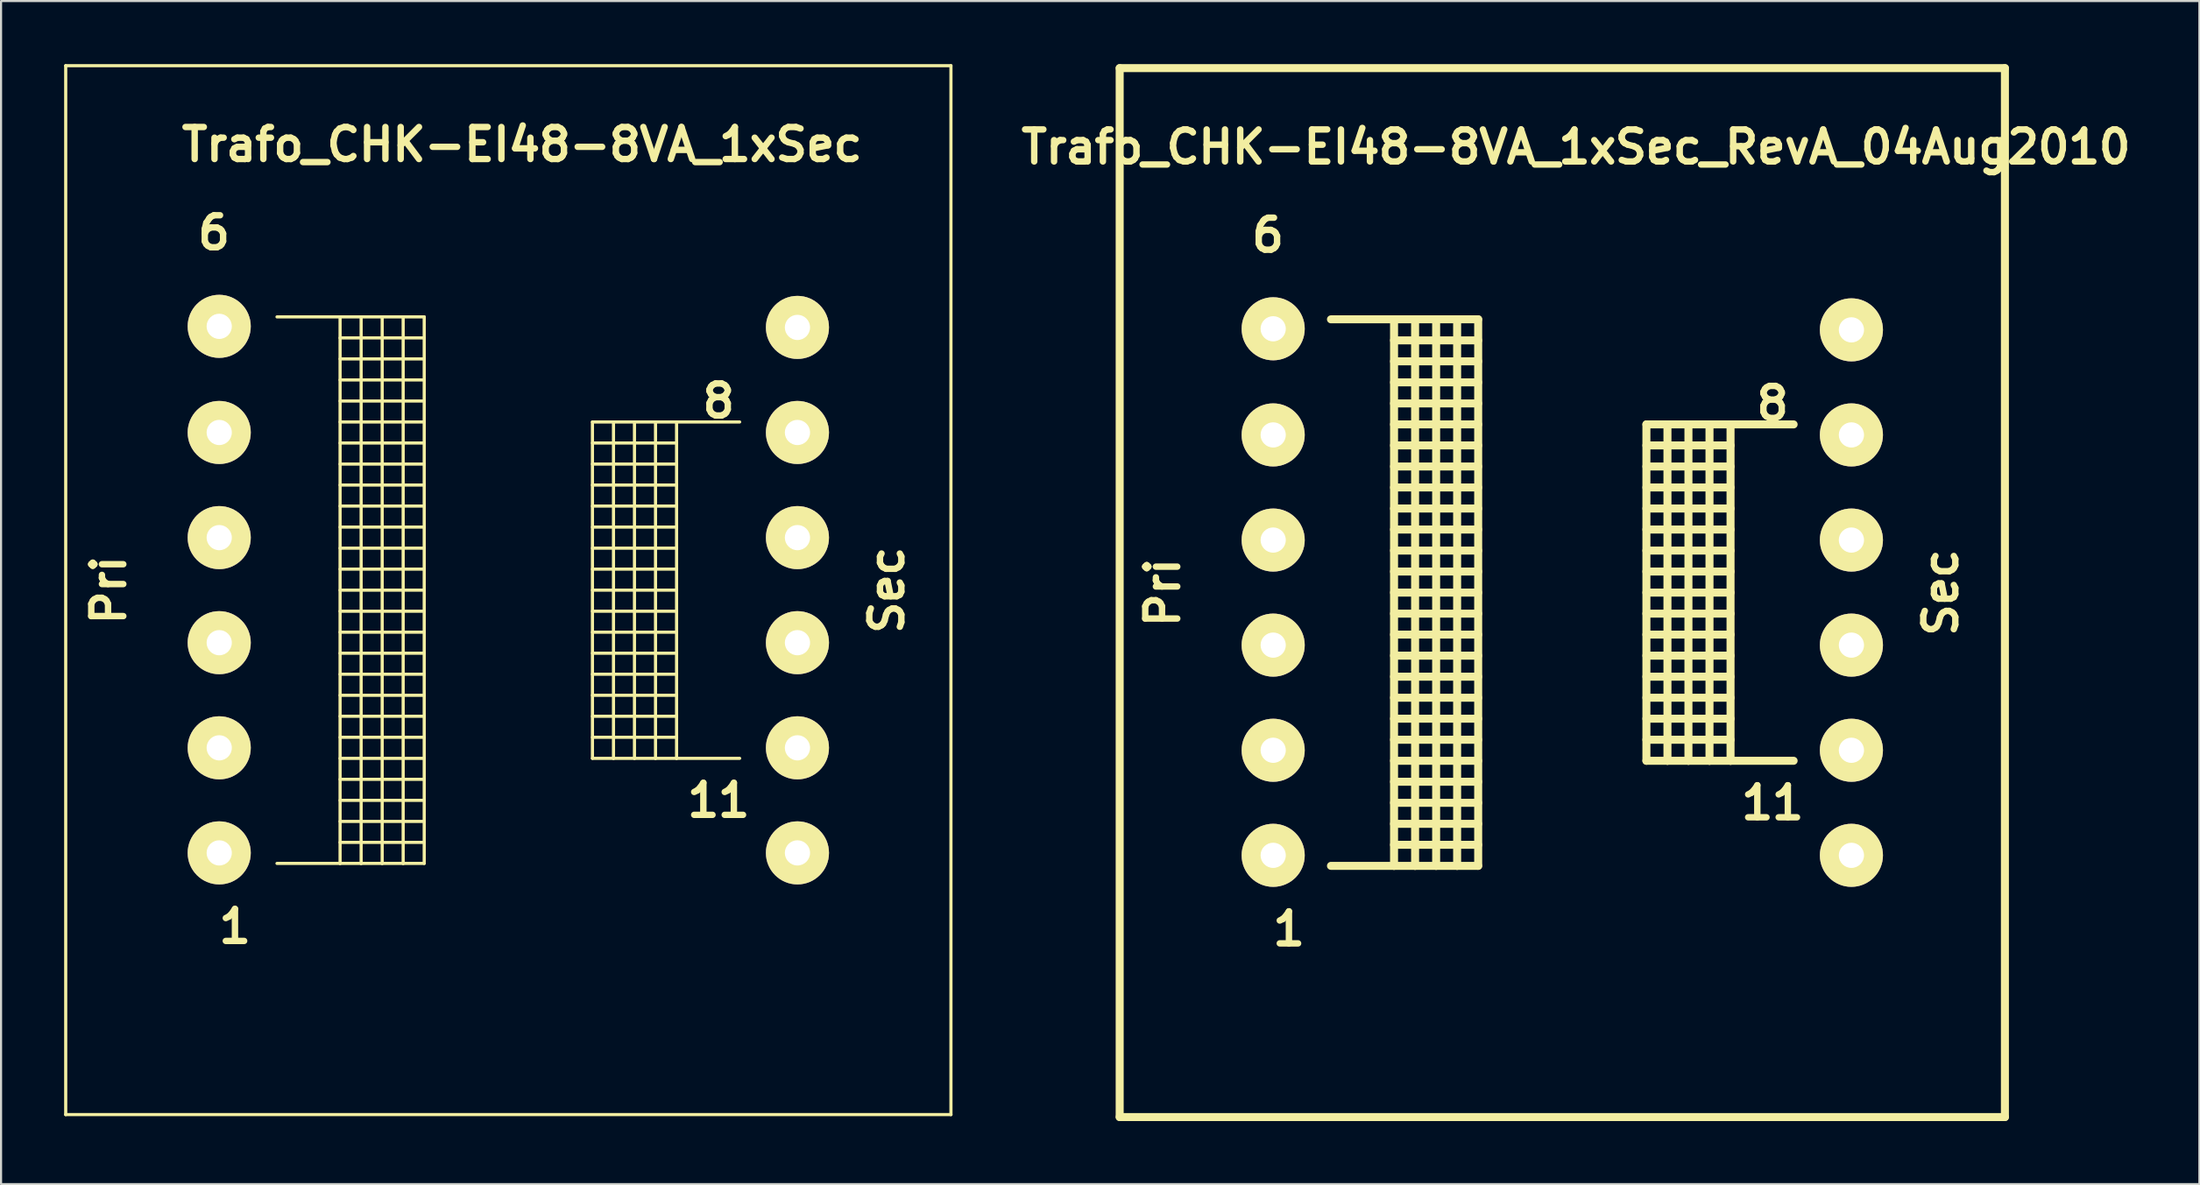
<source format=kicad_pcb>
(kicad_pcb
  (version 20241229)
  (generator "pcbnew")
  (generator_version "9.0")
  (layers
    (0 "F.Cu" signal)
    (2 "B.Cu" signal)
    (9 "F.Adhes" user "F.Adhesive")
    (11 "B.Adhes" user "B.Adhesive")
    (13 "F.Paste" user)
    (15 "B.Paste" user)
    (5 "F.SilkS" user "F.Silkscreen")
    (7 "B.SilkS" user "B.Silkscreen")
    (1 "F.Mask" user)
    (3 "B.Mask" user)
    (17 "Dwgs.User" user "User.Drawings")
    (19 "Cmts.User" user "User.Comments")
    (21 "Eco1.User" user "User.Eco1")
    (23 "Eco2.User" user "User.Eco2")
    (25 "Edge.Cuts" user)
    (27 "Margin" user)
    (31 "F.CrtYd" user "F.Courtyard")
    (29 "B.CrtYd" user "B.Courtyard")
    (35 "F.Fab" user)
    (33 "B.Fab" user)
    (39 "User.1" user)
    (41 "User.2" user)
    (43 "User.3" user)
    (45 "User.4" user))
  (footprint "Trafo_CHK-EI48-8VA_1xSec_RevA_04Aug2010"
    (layer "F.Cu")
    (at 71.246 25.141)
    (property "Reference" "Trafo_CHK-EI48-8VA_1xSec_RevA_04Aug2010" (at 0.65 -21.199 0) (layer "F.SilkS") (effects (font (size 1.524 1.524) (thickness 0.305))))
    (attr through_hole)
    (fp_line (start -21.049 -24.95) (end 21.049 -24.95) (stroke (width 0.381) (type solid)) (layer "F.SilkS"))
    (fp_line (start -21.049 24.95) (end -21.049 -24.95) (stroke (width 0.381) (type solid)) (layer "F.SilkS"))
    (fp_line (start -11.001 -13) (end -8.001 -13) (stroke (width 0.381) (type solid)) (layer "F.SilkS"))
    (fp_line (start -8.001 -13) (end -8.001 13) (stroke (width 0.381) (type solid)) (layer "F.SilkS"))
    (fp_line (start -8.001 -13) (end -7 -13) (stroke (width 0.381) (type solid)) (layer "F.SilkS"))
    (fp_line (start -8.001 -11.999) (end -4 -11.999) (stroke (width 0.381) (type solid)) (layer "F.SilkS"))
    (fp_line (start -8.001 -11.001) (end -4 -11.001) (stroke (width 0.381) (type solid)) (layer "F.SilkS"))
    (fp_line (start -8.001 -10) (end -4 -10) (stroke (width 0.381) (type solid)) (layer "F.SilkS"))
    (fp_line (start -8.001 -8.999) (end -4 -8.999) (stroke (width 0.381) (type solid)) (layer "F.SilkS"))
    (fp_line (start -8.001 -8.001) (end -4 -8.001) (stroke (width 0.381) (type solid)) (layer "F.SilkS"))
    (fp_line (start -8.001 -7) (end -4 -7) (stroke (width 0.381) (type solid)) (layer "F.SilkS"))
    (fp_line (start -8.001 -5.999) (end -4 -5.999) (stroke (width 0.381) (type solid)) (layer "F.SilkS"))
    (fp_line (start -8.001 -5.001) (end -4 -5.001) (stroke (width 0.381) (type solid)) (layer "F.SilkS"))
    (fp_line (start -8.001 -4) (end -4 -4) (stroke (width 0.381) (type solid)) (layer "F.SilkS"))
    (fp_line (start -8.001 -3) (end -4 -3) (stroke (width 0.381) (type solid)) (layer "F.SilkS"))
    (fp_line (start -8.001 -1.999) (end -4 -1.999) (stroke (width 0.381) (type solid)) (layer "F.SilkS"))
    (fp_line (start -8.001 -1.001) (end -4 -1.001) (stroke (width 0.381) (type solid)) (layer "F.SilkS"))
    (fp_line (start -8.001 0) (end -4 0) (stroke (width 0.381) (type solid)) (layer "F.SilkS"))
    (fp_line (start -8.001 1.001) (end -4 1.001) (stroke (width 0.381) (type solid)) (layer "F.SilkS"))
    (fp_line (start -8.001 1.999) (end -4 1.999) (stroke (width 0.381) (type solid)) (layer "F.SilkS"))
    (fp_line (start -8.001 3) (end -4 3) (stroke (width 0.381) (type solid)) (layer "F.SilkS"))
    (fp_line (start -8.001 4) (end -4 4) (stroke (width 0.381) (type solid)) (layer "F.SilkS"))
    (fp_line (start -8.001 5.001) (end -4 5.001) (stroke (width 0.381) (type solid)) (layer "F.SilkS"))
    (fp_line (start -8.001 5.999) (end -4 5.999) (stroke (width 0.381) (type solid)) (layer "F.SilkS"))
    (fp_line (start -8.001 7) (end -4 7) (stroke (width 0.381) (type solid)) (layer "F.SilkS"))
    (fp_line (start -8.001 8.001) (end -4 8.001) (stroke (width 0.381) (type solid)) (layer "F.SilkS"))
    (fp_line (start -8.001 8.999) (end -4 8.999) (stroke (width 0.381) (type solid)) (layer "F.SilkS"))
    (fp_line (start -8.001 10) (end -4 10) (stroke (width 0.381) (type solid)) (layer "F.SilkS"))
    (fp_line (start -8.001 11.001) (end -4 11.001) (stroke (width 0.381) (type solid)) (layer "F.SilkS"))
    (fp_line (start -8.001 11.999) (end -4 11.999) (stroke (width 0.381) (type solid)) (layer "F.SilkS"))
    (fp_line (start -8.001 13) (end -11.001 13) (stroke (width 0.381) (type solid)) (layer "F.SilkS"))
    (fp_line (start -7 -13) (end -7 13) (stroke (width 0.381) (type solid)) (layer "F.SilkS"))
    (fp_line (start -7 -13) (end -5.999 -13) (stroke (width 0.381) (type solid)) (layer "F.SilkS"))
    (fp_line (start -7 13) (end -8.001 13) (stroke (width 0.381) (type solid)) (layer "F.SilkS"))
    (fp_line (start -5.999 -13) (end -5.999 13) (stroke (width 0.381) (type solid)) (layer "F.SilkS"))
    (fp_line (start -5.999 -13) (end -5.001 -13) (stroke (width 0.381) (type solid)) (layer "F.SilkS"))
    (fp_line (start -5.999 13) (end -7 13) (stroke (width 0.381) (type solid)) (layer "F.SilkS"))
    (fp_line (start -5.001 -13) (end -5.001 13) (stroke (width 0.381) (type solid)) (layer "F.SilkS"))
    (fp_line (start -5.001 -13) (end -4 -13) (stroke (width 0.381) (type solid)) (layer "F.SilkS"))
    (fp_line (start -5.001 13) (end -5.999 13) (stroke (width 0.381) (type solid)) (layer "F.SilkS"))
    (fp_line (start -4 -13) (end -4 13) (stroke (width 0.381) (type solid)) (layer "F.SilkS"))
    (fp_line (start -4 13) (end -5.001 13) (stroke (width 0.381) (type solid)) (layer "F.SilkS"))
    (fp_line (start 4 -8.001) (end 4 8.001) (stroke (width 0.381) (type solid)) (layer "F.SilkS"))
    (fp_line (start 4 -7) (end 8.001 -7) (stroke (width 0.381) (type solid)) (layer "F.SilkS"))
    (fp_line (start 4 -5.999) (end 8.001 -5.999) (stroke (width 0.381) (type solid)) (layer "F.SilkS"))
    (fp_line (start 4 -5.001) (end 8.001 -5.001) (stroke (width 0.381) (type solid)) (layer "F.SilkS"))
    (fp_line (start 4 -4) (end 8.001 -4) (stroke (width 0.381) (type solid)) (layer "F.SilkS"))
    (fp_line (start 4 -3) (end 8.001 -3) (stroke (width 0.381) (type solid)) (layer "F.SilkS"))
    (fp_line (start 4 -1.999) (end 8.001 -1.999) (stroke (width 0.381) (type solid)) (layer "F.SilkS"))
    (fp_line (start 4 -1.001) (end 8.001 -1.001) (stroke (width 0.381) (type solid)) (layer "F.SilkS"))
    (fp_line (start 4 0) (end 8.001 0) (stroke (width 0.381) (type solid)) (layer "F.SilkS"))
    (fp_line (start 4 1.001) (end 8.001 1.001) (stroke (width 0.381) (type solid)) (layer "F.SilkS"))
    (fp_line (start 4 1.999) (end 8.001 1.999) (stroke (width 0.381) (type solid)) (layer "F.SilkS"))
    (fp_line (start 4 3) (end 8.001 3) (stroke (width 0.381) (type solid)) (layer "F.SilkS"))
    (fp_line (start 4 4) (end 8.001 4) (stroke (width 0.381) (type solid)) (layer "F.SilkS"))
    (fp_line (start 4 5.001) (end 8.001 5.001) (stroke (width 0.381) (type solid)) (layer "F.SilkS"))
    (fp_line (start 4 5.999) (end 8.001 5.999) (stroke (width 0.381) (type solid)) (layer "F.SilkS"))
    (fp_line (start 4 7) (end 8.001 7) (stroke (width 0.381) (type solid)) (layer "F.SilkS"))
    (fp_line (start 4 8.001) (end 5.001 8.001) (stroke (width 0.381) (type solid)) (layer "F.SilkS"))
    (fp_line (start 5.001 -8.001) (end 4 -8.001) (stroke (width 0.381) (type solid)) (layer "F.SilkS"))
    (fp_line (start 5.001 -8.001) (end 5.001 8.001) (stroke (width 0.381) (type solid)) (layer "F.SilkS"))
    (fp_line (start 5.001 8.001) (end 5.999 8.001) (stroke (width 0.381) (type solid)) (layer "F.SilkS"))
    (fp_line (start 5.999 -8.001) (end 5.001 -8.001) (stroke (width 0.381) (type solid)) (layer "F.SilkS"))
    (fp_line (start 5.999 -8.001) (end 5.999 8.001) (stroke (width 0.381) (type solid)) (layer "F.SilkS"))
    (fp_line (start 5.999 8.001) (end 7 8.001) (stroke (width 0.381) (type solid)) (layer "F.SilkS"))
    (fp_line (start 7 -8.001) (end 5.999 -8.001) (stroke (width 0.381) (type solid)) (layer "F.SilkS"))
    (fp_line (start 7 -8.001) (end 7 8.001) (stroke (width 0.381) (type solid)) (layer "F.SilkS"))
    (fp_line (start 7 8.001) (end 8.001 8.001) (stroke (width 0.381) (type solid)) (layer "F.SilkS"))
    (fp_line (start 8.001 -8.001) (end 7 -8.001) (stroke (width 0.381) (type solid)) (layer "F.SilkS"))
    (fp_line (start 8.001 -8.001) (end 8.001 8.001) (stroke (width 0.381) (type solid)) (layer "F.SilkS"))
    (fp_line (start 8.001 8.001) (end 11.001 8.001) (stroke (width 0.381) (type solid)) (layer "F.SilkS"))
    (fp_line (start 11.001 -8.001) (end 8.001 -8.001) (stroke (width 0.381) (type solid)) (layer "F.SilkS"))
    (fp_line (start 21.049 -24.95) (end 21.049 24.95) (stroke (width 0.381) (type solid)) (layer "F.SilkS"))
    (fp_line (start 21.049 24.95) (end -21.049 24.95) (stroke (width 0.381) (type solid)) (layer "F.SilkS"))
    (fp_text user "8" (at 10 -8.999 0) (layer "F.SilkS") (effects (font (size 1.524 1.524) (thickness 0.305))))
    (fp_text user "Pri" (at -18.999 0 90) (layer "F.SilkS") (effects (font (size 1.524 1.524) (thickness 0.305))))
    (fp_text user "11" (at 10 10 0) (layer "F.SilkS") (effects (font (size 1.524 1.524) (thickness 0.305))))
    (fp_text user "6" (at -14 -17 0) (layer "F.SilkS") (effects (font (size 1.524 1.524) (thickness 0.305))))
    (fp_text user "Sec" (at 18.001 0 90) (layer "F.SilkS") (effects (font (size 1.524 1.524) (thickness 0.305))))
    (fp_text user "1" (at -13 15.999 0) (layer "F.SilkS") (effects (font (size 1.524 1.524) (thickness 0.305))))
    (pad "1" thru_hole circle (at -13.749 12.499) (size 3 3) (drill 1.199) (layers "*.Cu" "*.Mask" "F.SilkS"))
    (pad "2" thru_hole circle (at -13.749 7.501) (size 3 3) (drill 1.199) (layers "*.Cu" "*.Mask" "F.SilkS"))
    (pad "3" thru_hole circle (at -13.749 2.499) (size 3 3) (drill 1.199) (layers "*.Cu" "*.Mask" "F.SilkS"))
    (pad "4" thru_hole circle (at -13.749 -2.499) (size 3 3) (drill 1.199) (layers "*.Cu" "*.Mask" "F.SilkS"))
    (pad "5" thru_hole circle (at -13.749 -7.501) (size 3 3) (drill 1.199) (layers "*.Cu" "*.Mask" "F.SilkS"))
    (pad "6" thru_hole circle (at -13.749 -12.55) (size 3 3) (drill 1.199) (layers "*.Cu" "*.Mask" "F.SilkS"))
    (pad "7" thru_hole circle (at 13.749 -12.499) (size 3 3) (drill 1.199) (layers "*.Cu" "*.Mask" "F.SilkS"))
    (pad "8" thru_hole circle (at 13.749 -7.501) (size 3 3) (drill 1.199) (layers "*.Cu" "*.Mask" "F.SilkS"))
    (pad "9" thru_hole circle (at 13.749 -2.499) (size 3 3) (drill 1.199) (layers "*.Cu" "*.Mask" "F.SilkS"))
    (pad "10" thru_hole circle (at 13.749 2.499) (size 3 3) (drill 1.199) (layers "*.Cu" "*.Mask" "F.SilkS"))
    (pad "11" thru_hole circle (at 13.749 7.501) (size 3 3) (drill 1.199) (layers "*.Cu" "*.Mask" "F.SilkS"))
    (pad "12" thru_hole circle (at 13.749 12.499) (size 3 3) (drill 1.199) (layers "*.Cu" "*.Mask" "F.SilkS")))
  (footprint "Trafo_CHK-EI48-8VA_1xSec"
    (layer "F.Cu")
    (at 21.124 25.025)
    (property "Reference" "Trafo_CHK-EI48-8VA_1xSec" (at 0.65 -21.199 0) (layer "F.SilkS") (effects (font (size 1.524 1.524) (thickness 0.305))))
    (attr through_hole)
    (fp_line (start -21.049 -24.95) (end 21.049 -24.95) (stroke (width 0.15) (type solid)) (layer "F.SilkS"))
    (fp_line (start -21.049 24.95) (end -21.049 -24.95) (stroke (width 0.15) (type solid)) (layer "F.SilkS"))
    (fp_line (start -11.001 -13) (end -8.001 -13) (stroke (width 0.15) (type solid)) (layer "F.SilkS"))
    (fp_line (start -8.001 -13) (end -8.001 13) (stroke (width 0.15) (type solid)) (layer "F.SilkS"))
    (fp_line (start -8.001 -13) (end -7 -13) (stroke (width 0.15) (type solid)) (layer "F.SilkS"))
    (fp_line (start -8.001 -11.999) (end -4 -11.999) (stroke (width 0.15) (type solid)) (layer "F.SilkS"))
    (fp_line (start -8.001 -11.001) (end -4 -11.001) (stroke (width 0.15) (type solid)) (layer "F.SilkS"))
    (fp_line (start -8.001 -10) (end -4 -10) (stroke (width 0.15) (type solid)) (layer "F.SilkS"))
    (fp_line (start -8.001 -8.999) (end -4 -8.999) (stroke (width 0.15) (type solid)) (layer "F.SilkS"))
    (fp_line (start -8.001 -8.001) (end -4 -8.001) (stroke (width 0.15) (type solid)) (layer "F.SilkS"))
    (fp_line (start -8.001 -7) (end -4 -7) (stroke (width 0.15) (type solid)) (layer "F.SilkS"))
    (fp_line (start -8.001 -5.999) (end -4 -5.999) (stroke (width 0.15) (type solid)) (layer "F.SilkS"))
    (fp_line (start -8.001 -5.001) (end -4 -5.001) (stroke (width 0.15) (type solid)) (layer "F.SilkS"))
    (fp_line (start -8.001 -4) (end -4 -4) (stroke (width 0.15) (type solid)) (layer "F.SilkS"))
    (fp_line (start -8.001 -3) (end -4 -3) (stroke (width 0.15) (type solid)) (layer "F.SilkS"))
    (fp_line (start -8.001 -1.999) (end -4 -1.999) (stroke (width 0.15) (type solid)) (layer "F.SilkS"))
    (fp_line (start -8.001 -1.001) (end -4 -1.001) (stroke (width 0.15) (type solid)) (layer "F.SilkS"))
    (fp_line (start -8.001 0) (end -4 0) (stroke (width 0.15) (type solid)) (layer "F.SilkS"))
    (fp_line (start -8.001 1.001) (end -4 1.001) (stroke (width 0.15) (type solid)) (layer "F.SilkS"))
    (fp_line (start -8.001 1.999) (end -4 1.999) (stroke (width 0.15) (type solid)) (layer "F.SilkS"))
    (fp_line (start -8.001 3) (end -4 3) (stroke (width 0.15) (type solid)) (layer "F.SilkS"))
    (fp_line (start -8.001 4) (end -4 4) (stroke (width 0.15) (type solid)) (layer "F.SilkS"))
    (fp_line (start -8.001 5.001) (end -4 5.001) (stroke (width 0.15) (type solid)) (layer "F.SilkS"))
    (fp_line (start -8.001 5.999) (end -4 5.999) (stroke (width 0.15) (type solid)) (layer "F.SilkS"))
    (fp_line (start -8.001 7) (end -4 7) (stroke (width 0.15) (type solid)) (layer "F.SilkS"))
    (fp_line (start -8.001 8.001) (end -4 8.001) (stroke (width 0.15) (type solid)) (layer "F.SilkS"))
    (fp_line (start -8.001 8.999) (end -4 8.999) (stroke (width 0.15) (type solid)) (layer "F.SilkS"))
    (fp_line (start -8.001 10) (end -4 10) (stroke (width 0.15) (type solid)) (layer "F.SilkS"))
    (fp_line (start -8.001 11.001) (end -4 11.001) (stroke (width 0.15) (type solid)) (layer "F.SilkS"))
    (fp_line (start -8.001 11.999) (end -4 11.999) (stroke (width 0.15) (type solid)) (layer "F.SilkS"))
    (fp_line (start -8.001 13) (end -11.001 13) (stroke (width 0.15) (type solid)) (layer "F.SilkS"))
    (fp_line (start -7 -13) (end -7 13) (stroke (width 0.15) (type solid)) (layer "F.SilkS"))
    (fp_line (start -7 -13) (end -5.999 -13) (stroke (width 0.15) (type solid)) (layer "F.SilkS"))
    (fp_line (start -7 13) (end -8.001 13) (stroke (width 0.15) (type solid)) (layer "F.SilkS"))
    (fp_line (start -5.999 -13) (end -5.999 13) (stroke (width 0.15) (type solid)) (layer "F.SilkS"))
    (fp_line (start -5.999 -13) (end -5.001 -13) (stroke (width 0.15) (type solid)) (layer "F.SilkS"))
    (fp_line (start -5.999 13) (end -7 13) (stroke (width 0.15) (type solid)) (layer "F.SilkS"))
    (fp_line (start -5.001 -13) (end -5.001 13) (stroke (width 0.15) (type solid)) (layer "F.SilkS"))
    (fp_line (start -5.001 -13) (end -4 -13) (stroke (width 0.15) (type solid)) (layer "F.SilkS"))
    (fp_line (start -5.001 13) (end -5.999 13) (stroke (width 0.15) (type solid)) (layer "F.SilkS"))
    (fp_line (start -4 -13) (end -4 13) (stroke (width 0.15) (type solid)) (layer "F.SilkS"))
    (fp_line (start -4 13) (end -5.001 13) (stroke (width 0.15) (type solid)) (layer "F.SilkS"))
    (fp_line (start 4 -8.001) (end 4 8.001) (stroke (width 0.15) (type solid)) (layer "F.SilkS"))
    (fp_line (start 4 -7) (end 8.001 -7) (stroke (width 0.15) (type solid)) (layer "F.SilkS"))
    (fp_line (start 4 -5.999) (end 8.001 -5.999) (stroke (width 0.15) (type solid)) (layer "F.SilkS"))
    (fp_line (start 4 -5.001) (end 8.001 -5.001) (stroke (width 0.15) (type solid)) (layer "F.SilkS"))
    (fp_line (start 4 -4) (end 8.001 -4) (stroke (width 0.15) (type solid)) (layer "F.SilkS"))
    (fp_line (start 4 -3) (end 8.001 -3) (stroke (width 0.15) (type solid)) (layer "F.SilkS"))
    (fp_line (start 4 -1.999) (end 8.001 -1.999) (stroke (width 0.15) (type solid)) (layer "F.SilkS"))
    (fp_line (start 4 -1.001) (end 8.001 -1.001) (stroke (width 0.15) (type solid)) (layer "F.SilkS"))
    (fp_line (start 4 0) (end 8.001 0) (stroke (width 0.15) (type solid)) (layer "F.SilkS"))
    (fp_line (start 4 1.001) (end 8.001 1.001) (stroke (width 0.15) (type solid)) (layer "F.SilkS"))
    (fp_line (start 4 1.999) (end 8.001 1.999) (stroke (width 0.15) (type solid)) (layer "F.SilkS"))
    (fp_line (start 4 3) (end 8.001 3) (stroke (width 0.15) (type solid)) (layer "F.SilkS"))
    (fp_line (start 4 4) (end 8.001 4) (stroke (width 0.15) (type solid)) (layer "F.SilkS"))
    (fp_line (start 4 5.001) (end 8.001 5.001) (stroke (width 0.15) (type solid)) (layer "F.SilkS"))
    (fp_line (start 4 5.999) (end 8.001 5.999) (stroke (width 0.15) (type solid)) (layer "F.SilkS"))
    (fp_line (start 4 7) (end 8.001 7) (stroke (width 0.15) (type solid)) (layer "F.SilkS"))
    (fp_line (start 4 8.001) (end 5.001 8.001) (stroke (width 0.15) (type solid)) (layer "F.SilkS"))
    (fp_line (start 5.001 -8.001) (end 4 -8.001) (stroke (width 0.15) (type solid)) (layer "F.SilkS"))
    (fp_line (start 5.001 -8.001) (end 5.001 8.001) (stroke (width 0.15) (type solid)) (layer "F.SilkS"))
    (fp_line (start 5.001 8.001) (end 5.999 8.001) (stroke (width 0.15) (type solid)) (layer "F.SilkS"))
    (fp_line (start 5.999 -8.001) (end 5.001 -8.001) (stroke (width 0.15) (type solid)) (layer "F.SilkS"))
    (fp_line (start 5.999 -8.001) (end 5.999 8.001) (stroke (width 0.15) (type solid)) (layer "F.SilkS"))
    (fp_line (start 5.999 8.001) (end 7 8.001) (stroke (width 0.15) (type solid)) (layer "F.SilkS"))
    (fp_line (start 7 -8.001) (end 5.999 -8.001) (stroke (width 0.15) (type solid)) (layer "F.SilkS"))
    (fp_line (start 7 -8.001) (end 7 8.001) (stroke (width 0.15) (type solid)) (layer "F.SilkS"))
    (fp_line (start 7 8.001) (end 8.001 8.001) (stroke (width 0.15) (type solid)) (layer "F.SilkS"))
    (fp_line (start 8.001 -8.001) (end 7 -8.001) (stroke (width 0.15) (type solid)) (layer "F.SilkS"))
    (fp_line (start 8.001 -8.001) (end 8.001 8.001) (stroke (width 0.15) (type solid)) (layer "F.SilkS"))
    (fp_line (start 8.001 8.001) (end 11.001 8.001) (stroke (width 0.15) (type solid)) (layer "F.SilkS"))
    (fp_line (start 11.001 -8.001) (end 8.001 -8.001) (stroke (width 0.15) (type solid)) (layer "F.SilkS"))
    (fp_line (start 21.049 -24.95) (end 21.049 24.95) (stroke (width 0.15) (type solid)) (layer "F.SilkS"))
    (fp_line (start 21.049 24.95) (end -21.049 24.95) (stroke (width 0.15) (type solid)) (layer "F.SilkS"))
    (fp_text user "11" (at 10 10 0) (layer "F.SilkS") (effects (font (size 1.524 1.524) (thickness 0.305))))
    (fp_text user "1" (at -13 15.999 0) (layer "F.SilkS") (effects (font (size 1.524 1.524) (thickness 0.305))))
    (fp_text user "6" (at -14 -17 0) (layer "F.SilkS") (effects (font (size 1.524 1.524) (thickness 0.305))))
    (fp_text user "Sec" (at 18.001 0 90) (layer "F.SilkS") (effects (font (size 1.524 1.524) (thickness 0.305))))
    (fp_text user "8" (at 10 -8.999 0) (layer "F.SilkS") (effects (font (size 1.524 1.524) (thickness 0.305))))
    (fp_text user "Pri" (at -18.999 0 90) (layer "F.SilkS") (effects (font (size 1.524 1.524) (thickness 0.305))))
    (pad "1" thru_hole circle (at -13.749 12.499) (size 3 3) (drill 1.199) (layers "*.Cu" "*.Mask" "F.SilkS"))
    (pad "2" thru_hole circle (at -13.749 7.501) (size 3 3) (drill 1.199) (layers "*.Cu" "*.Mask" "F.SilkS"))
    (pad "3" thru_hole circle (at -13.749 2.499) (size 3 3) (drill 1.199) (layers "*.Cu" "*.Mask" "F.SilkS"))
    (pad "4" thru_hole circle (at -13.749 -2.499) (size 3 3) (drill 1.199) (layers "*.Cu" "*.Mask" "F.SilkS"))
    (pad "5" thru_hole circle (at -13.749 -7.501) (size 3 3) (drill 1.199) (layers "*.Cu" "*.Mask" "F.SilkS"))
    (pad "6" thru_hole circle (at -13.749 -12.55) (size 3 3) (drill 1.199) (layers "*.Cu" "*.Mask" "F.SilkS"))
    (pad "7" thru_hole circle (at 13.749 -12.499) (size 3 3) (drill 1.199) (layers "*.Cu" "*.Mask" "F.SilkS"))
    (pad "8" thru_hole circle (at 13.749 -7.501) (size 3 3) (drill 1.199) (layers "*.Cu" "*.Mask" "F.SilkS"))
    (pad "9" thru_hole circle (at 13.749 -2.499) (size 3 3) (drill 1.199) (layers "*.Cu" "*.Mask" "F.SilkS"))
    (pad "10" thru_hole circle (at 13.749 2.499) (size 3 3) (drill 1.199) (layers "*.Cu" "*.Mask" "F.SilkS"))
    (pad "11" thru_hole circle (at 13.749 7.501) (size 3 3) (drill 1.199) (layers "*.Cu" "*.Mask" "F.SilkS"))
    (pad "12" thru_hole circle (at 13.749 12.499) (size 3 3) (drill 1.199) (layers "*.Cu" "*.Mask" "F.SilkS")))
  (gr_rect
    (start -3 -3)
    (end 101.544 53.282)
    (stroke (width 0.1) (type default))
    (fill no)
    (layer "Edge.Cuts")))
</source>
